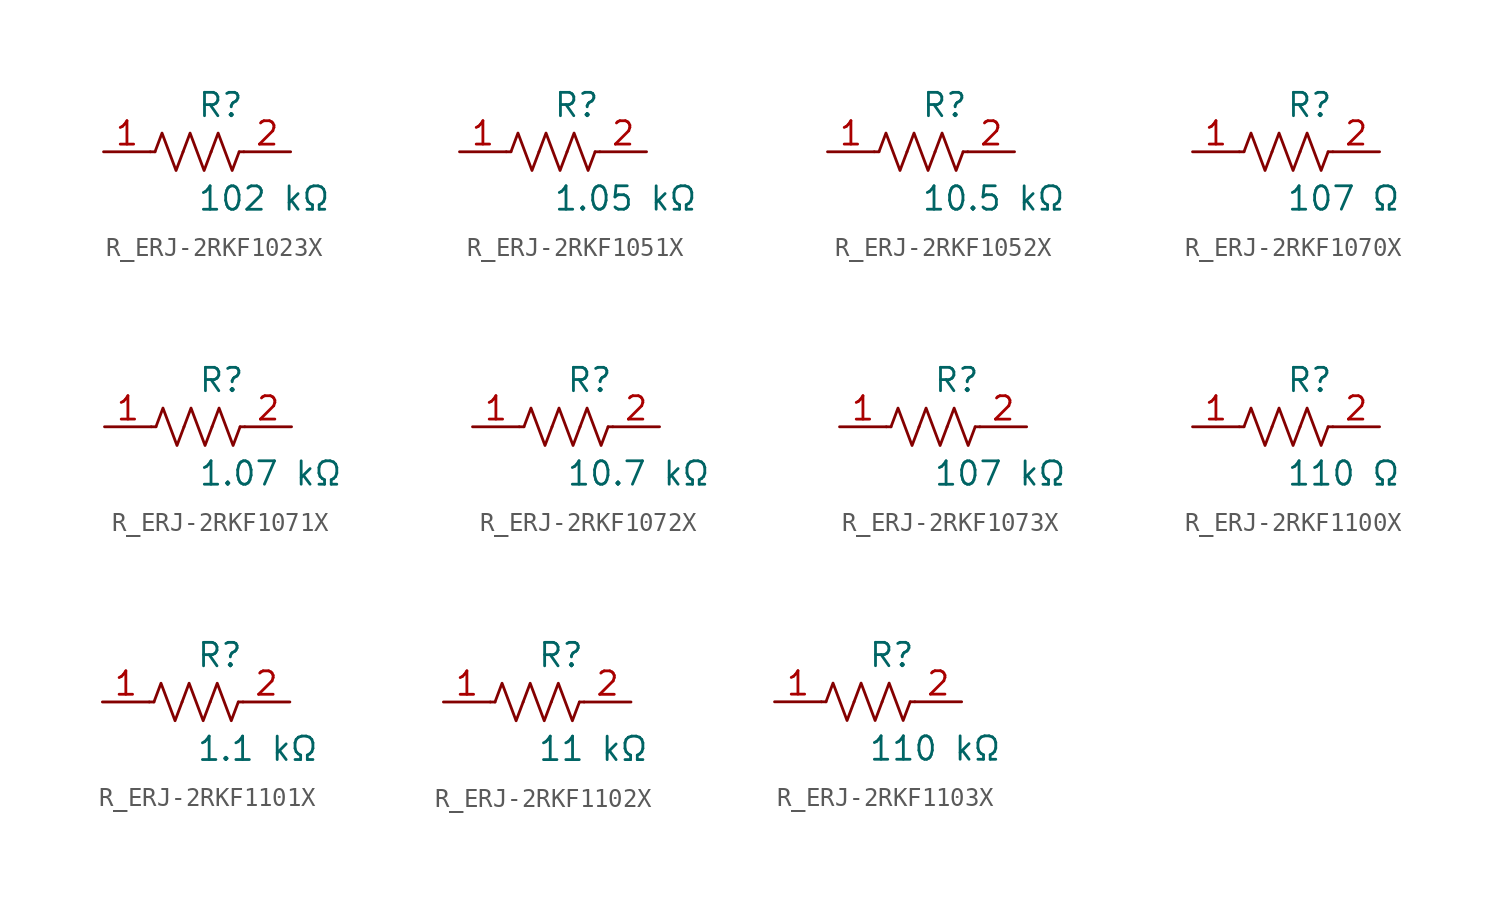
<source format=kicad_sym>
(kicad_symbol_lib
  (version 20231120)
  (generator kicad_symbol_editor)
  (generator_version 8.0)
  (symbol "R_ERJ-2RKF1023X"
    (pin_names
      (offset 0.254))
    (property "Reference" "R"
      (at 0.0 2.54 0)
      (effects (font (size 1.27 1.27)) (justify left)))
    (property "Value" "102 kΩ"
      (at 0.0 -2.54 0)
      (effects (font (size 1.27 1.27)) (justify left)))
    (symbol "R_ERJ-2RKF1023X_0_1"
      (polyline (pts (xy 2.286 0) (xy 2.54 0)) (stroke (width 0) (type default)) (fill (type none)))
      (polyline (pts (xy -2.286 0) (xy -2.54 0)) (stroke (width 0) (type default)) (fill (type none)))
      (polyline (pts (xy 0.762 0) (xy 1.143 1.016) (xy 1.524 0) (xy 1.905 -1.016) (xy 2.286 0)) (stroke (width 0) (type default)) (fill (type none)))
      (polyline (pts (xy -0.762 0) (xy -0.381 1.016) (xy 0 0) (xy 0.381 -1.016) (xy 0.762 0)) (stroke (width 0) (type default)) (fill (type none)))
      (polyline (pts (xy -2.286 0) (xy -1.905 1.016) (xy -1.524 0) (xy -1.143 -1.016) (xy -0.762 0)) (stroke (width 0) (type default)) (fill (type none))))
    (pin unspecified line
      (at -5.08 0 0)
      (length 2.54)
      (name "" (effects (font (size 1.27 1.27))))
      (number "1" (effects (font (size 1.27 1.27)))))
    (pin unspecified line
      (at 5.08 0 180)
      (length 2.54)
      (name "" (effects (font (size 1.27 1.27))))
      (number "2" (effects (font (size 1.27 1.27))))))
  (symbol "R_ERJ-2RKF1051X"
    (pin_names
      (offset 0.254))
    (property "Reference" "R"
      (at 0.0 2.54 0)
      (effects (font (size 1.27 1.27)) (justify left)))
    (property "Value" "1.05 kΩ"
      (at 0.0 -2.54 0)
      (effects (font (size 1.27 1.27)) (justify left)))
    (symbol "R_ERJ-2RKF1051X_0_1"
      (polyline (pts (xy 2.286 0) (xy 2.54 0)) (stroke (width 0) (type default)) (fill (type none)))
      (polyline (pts (xy -2.286 0) (xy -2.54 0)) (stroke (width 0) (type default)) (fill (type none)))
      (polyline (pts (xy 0.762 0) (xy 1.143 1.016) (xy 1.524 0) (xy 1.905 -1.016) (xy 2.286 0)) (stroke (width 0) (type default)) (fill (type none)))
      (polyline (pts (xy -0.762 0) (xy -0.381 1.016) (xy 0 0) (xy 0.381 -1.016) (xy 0.762 0)) (stroke (width 0) (type default)) (fill (type none)))
      (polyline (pts (xy -2.286 0) (xy -1.905 1.016) (xy -1.524 0) (xy -1.143 -1.016) (xy -0.762 0)) (stroke (width 0) (type default)) (fill (type none))))
    (pin unspecified line
      (at -5.08 0 0)
      (length 2.54)
      (name "" (effects (font (size 1.27 1.27))))
      (number "1" (effects (font (size 1.27 1.27)))))
    (pin unspecified line
      (at 5.08 0 180)
      (length 2.54)
      (name "" (effects (font (size 1.27 1.27))))
      (number "2" (effects (font (size 1.27 1.27))))))
  (symbol "R_ERJ-2RKF1052X"
    (pin_names
      (offset 0.254))
    (property "Reference" "R"
      (at 0.0 2.54 0)
      (effects (font (size 1.27 1.27)) (justify left)))
    (property "Value" "10.5 kΩ"
      (at 0.0 -2.54 0)
      (effects (font (size 1.27 1.27)) (justify left)))
    (symbol "R_ERJ-2RKF1052X_0_1"
      (polyline (pts (xy 2.286 0) (xy 2.54 0)) (stroke (width 0) (type default)) (fill (type none)))
      (polyline (pts (xy -2.286 0) (xy -2.54 0)) (stroke (width 0) (type default)) (fill (type none)))
      (polyline (pts (xy 0.762 0) (xy 1.143 1.016) (xy 1.524 0) (xy 1.905 -1.016) (xy 2.286 0)) (stroke (width 0) (type default)) (fill (type none)))
      (polyline (pts (xy -0.762 0) (xy -0.381 1.016) (xy 0 0) (xy 0.381 -1.016) (xy 0.762 0)) (stroke (width 0) (type default)) (fill (type none)))
      (polyline (pts (xy -2.286 0) (xy -1.905 1.016) (xy -1.524 0) (xy -1.143 -1.016) (xy -0.762 0)) (stroke (width 0) (type default)) (fill (type none))))
    (pin unspecified line
      (at -5.08 0 0)
      (length 2.54)
      (name "" (effects (font (size 1.27 1.27))))
      (number "1" (effects (font (size 1.27 1.27)))))
    (pin unspecified line
      (at 5.08 0 180)
      (length 2.54)
      (name "" (effects (font (size 1.27 1.27))))
      (number "2" (effects (font (size 1.27 1.27))))))
  (symbol "R_ERJ-2RKF1070X"
    (pin_names
      (offset 0.254))
    (property "Reference" "R"
      (at 0.0 2.54 0)
      (effects (font (size 1.27 1.27)) (justify left)))
    (property "Value" "107 Ω"
      (at 0.0 -2.54 0)
      (effects (font (size 1.27 1.27)) (justify left)))
    (symbol "R_ERJ-2RKF1070X_0_1"
      (polyline (pts (xy 2.286 0) (xy 2.54 0)) (stroke (width 0) (type default)) (fill (type none)))
      (polyline (pts (xy -2.286 0) (xy -2.54 0)) (stroke (width 0) (type default)) (fill (type none)))
      (polyline (pts (xy 0.762 0) (xy 1.143 1.016) (xy 1.524 0) (xy 1.905 -1.016) (xy 2.286 0)) (stroke (width 0) (type default)) (fill (type none)))
      (polyline (pts (xy -0.762 0) (xy -0.381 1.016) (xy 0 0) (xy 0.381 -1.016) (xy 0.762 0)) (stroke (width 0) (type default)) (fill (type none)))
      (polyline (pts (xy -2.286 0) (xy -1.905 1.016) (xy -1.524 0) (xy -1.143 -1.016) (xy -0.762 0)) (stroke (width 0) (type default)) (fill (type none))))
    (pin unspecified line
      (at -5.08 0 0)
      (length 2.54)
      (name "" (effects (font (size 1.27 1.27))))
      (number "1" (effects (font (size 1.27 1.27)))))
    (pin unspecified line
      (at 5.08 0 180)
      (length 2.54)
      (name "" (effects (font (size 1.27 1.27))))
      (number "2" (effects (font (size 1.27 1.27))))))
  (symbol "R_ERJ-2RKF1071X"
    (pin_names
      (offset 0.254))
    (property "Reference" "R"
      (at 0.0 2.54 0)
      (effects (font (size 1.27 1.27)) (justify left)))
    (property "Value" "1.07 kΩ"
      (at 0.0 -2.54 0)
      (effects (font (size 1.27 1.27)) (justify left)))
    (symbol "R_ERJ-2RKF1071X_0_1"
      (polyline (pts (xy 2.286 0) (xy 2.54 0)) (stroke (width 0) (type default)) (fill (type none)))
      (polyline (pts (xy -2.286 0) (xy -2.54 0)) (stroke (width 0) (type default)) (fill (type none)))
      (polyline (pts (xy 0.762 0) (xy 1.143 1.016) (xy 1.524 0) (xy 1.905 -1.016) (xy 2.286 0)) (stroke (width 0) (type default)) (fill (type none)))
      (polyline (pts (xy -0.762 0) (xy -0.381 1.016) (xy 0 0) (xy 0.381 -1.016) (xy 0.762 0)) (stroke (width 0) (type default)) (fill (type none)))
      (polyline (pts (xy -2.286 0) (xy -1.905 1.016) (xy -1.524 0) (xy -1.143 -1.016) (xy -0.762 0)) (stroke (width 0) (type default)) (fill (type none))))
    (pin unspecified line
      (at -5.08 0 0)
      (length 2.54)
      (name "" (effects (font (size 1.27 1.27))))
      (number "1" (effects (font (size 1.27 1.27)))))
    (pin unspecified line
      (at 5.08 0 180)
      (length 2.54)
      (name "" (effects (font (size 1.27 1.27))))
      (number "2" (effects (font (size 1.27 1.27))))))
  (symbol "R_ERJ-2RKF1072X"
    (pin_names
      (offset 0.254))
    (property "Reference" "R"
      (at 0.0 2.54 0)
      (effects (font (size 1.27 1.27)) (justify left)))
    (property "Value" "10.7 kΩ"
      (at 0.0 -2.54 0)
      (effects (font (size 1.27 1.27)) (justify left)))
    (symbol "R_ERJ-2RKF1072X_0_1"
      (polyline (pts (xy 2.286 0) (xy 2.54 0)) (stroke (width 0) (type default)) (fill (type none)))
      (polyline (pts (xy -2.286 0) (xy -2.54 0)) (stroke (width 0) (type default)) (fill (type none)))
      (polyline (pts (xy 0.762 0) (xy 1.143 1.016) (xy 1.524 0) (xy 1.905 -1.016) (xy 2.286 0)) (stroke (width 0) (type default)) (fill (type none)))
      (polyline (pts (xy -0.762 0) (xy -0.381 1.016) (xy 0 0) (xy 0.381 -1.016) (xy 0.762 0)) (stroke (width 0) (type default)) (fill (type none)))
      (polyline (pts (xy -2.286 0) (xy -1.905 1.016) (xy -1.524 0) (xy -1.143 -1.016) (xy -0.762 0)) (stroke (width 0) (type default)) (fill (type none))))
    (pin unspecified line
      (at -5.08 0 0)
      (length 2.54)
      (name "" (effects (font (size 1.27 1.27))))
      (number "1" (effects (font (size 1.27 1.27)))))
    (pin unspecified line
      (at 5.08 0 180)
      (length 2.54)
      (name "" (effects (font (size 1.27 1.27))))
      (number "2" (effects (font (size 1.27 1.27))))))
  (symbol "R_ERJ-2RKF1073X"
    (pin_names
      (offset 0.254))
    (property "Reference" "R"
      (at 0.0 2.54 0)
      (effects (font (size 1.27 1.27)) (justify left)))
    (property "Value" "107 kΩ"
      (at 0.0 -2.54 0)
      (effects (font (size 1.27 1.27)) (justify left)))
    (symbol "R_ERJ-2RKF1073X_0_1"
      (polyline (pts (xy 2.286 0) (xy 2.54 0)) (stroke (width 0) (type default)) (fill (type none)))
      (polyline (pts (xy -2.286 0) (xy -2.54 0)) (stroke (width 0) (type default)) (fill (type none)))
      (polyline (pts (xy 0.762 0) (xy 1.143 1.016) (xy 1.524 0) (xy 1.905 -1.016) (xy 2.286 0)) (stroke (width 0) (type default)) (fill (type none)))
      (polyline (pts (xy -0.762 0) (xy -0.381 1.016) (xy 0 0) (xy 0.381 -1.016) (xy 0.762 0)) (stroke (width 0) (type default)) (fill (type none)))
      (polyline (pts (xy -2.286 0) (xy -1.905 1.016) (xy -1.524 0) (xy -1.143 -1.016) (xy -0.762 0)) (stroke (width 0) (type default)) (fill (type none))))
    (pin unspecified line
      (at -5.08 0 0)
      (length 2.54)
      (name "" (effects (font (size 1.27 1.27))))
      (number "1" (effects (font (size 1.27 1.27)))))
    (pin unspecified line
      (at 5.08 0 180)
      (length 2.54)
      (name "" (effects (font (size 1.27 1.27))))
      (number "2" (effects (font (size 1.27 1.27))))))
  (symbol "R_ERJ-2RKF1100X"
    (pin_names
      (offset 0.254))
    (property "Reference" "R"
      (at 0.0 2.54 0)
      (effects (font (size 1.27 1.27)) (justify left)))
    (property "Value" "110 Ω"
      (at 0.0 -2.54 0)
      (effects (font (size 1.27 1.27)) (justify left)))
    (symbol "R_ERJ-2RKF1100X_0_1"
      (polyline (pts (xy 2.286 0) (xy 2.54 0)) (stroke (width 0) (type default)) (fill (type none)))
      (polyline (pts (xy -2.286 0) (xy -2.54 0)) (stroke (width 0) (type default)) (fill (type none)))
      (polyline (pts (xy 0.762 0) (xy 1.143 1.016) (xy 1.524 0) (xy 1.905 -1.016) (xy 2.286 0)) (stroke (width 0) (type default)) (fill (type none)))
      (polyline (pts (xy -0.762 0) (xy -0.381 1.016) (xy 0 0) (xy 0.381 -1.016) (xy 0.762 0)) (stroke (width 0) (type default)) (fill (type none)))
      (polyline (pts (xy -2.286 0) (xy -1.905 1.016) (xy -1.524 0) (xy -1.143 -1.016) (xy -0.762 0)) (stroke (width 0) (type default)) (fill (type none))))
    (pin unspecified line
      (at -5.08 0 0)
      (length 2.54)
      (name "" (effects (font (size 1.27 1.27))))
      (number "1" (effects (font (size 1.27 1.27)))))
    (pin unspecified line
      (at 5.08 0 180)
      (length 2.54)
      (name "" (effects (font (size 1.27 1.27))))
      (number "2" (effects (font (size 1.27 1.27))))))
  (symbol "R_ERJ-2RKF1101X"
    (pin_names
      (offset 0.254))
    (property "Reference" "R"
      (at 0.0 2.54 0)
      (effects (font (size 1.27 1.27)) (justify left)))
    (property "Value" "1.1 kΩ"
      (at 0.0 -2.54 0)
      (effects (font (size 1.27 1.27)) (justify left)))
    (symbol "R_ERJ-2RKF1101X_0_1"
      (polyline (pts (xy 2.286 0) (xy 2.54 0)) (stroke (width 0) (type default)) (fill (type none)))
      (polyline (pts (xy -2.286 0) (xy -2.54 0)) (stroke (width 0) (type default)) (fill (type none)))
      (polyline (pts (xy 0.762 0) (xy 1.143 1.016) (xy 1.524 0) (xy 1.905 -1.016) (xy 2.286 0)) (stroke (width 0) (type default)) (fill (type none)))
      (polyline (pts (xy -0.762 0) (xy -0.381 1.016) (xy 0 0) (xy 0.381 -1.016) (xy 0.762 0)) (stroke (width 0) (type default)) (fill (type none)))
      (polyline (pts (xy -2.286 0) (xy -1.905 1.016) (xy -1.524 0) (xy -1.143 -1.016) (xy -0.762 0)) (stroke (width 0) (type default)) (fill (type none))))
    (pin unspecified line
      (at -5.08 0 0)
      (length 2.54)
      (name "" (effects (font (size 1.27 1.27))))
      (number "1" (effects (font (size 1.27 1.27)))))
    (pin unspecified line
      (at 5.08 0 180)
      (length 2.54)
      (name "" (effects (font (size 1.27 1.27))))
      (number "2" (effects (font (size 1.27 1.27))))))
  (symbol "R_ERJ-2RKF1102X"
    (pin_names
      (offset 0.254))
    (property "Reference" "R"
      (at 0.0 2.54 0)
      (effects (font (size 1.27 1.27)) (justify left)))
    (property "Value" "11 kΩ"
      (at 0.0 -2.54 0)
      (effects (font (size 1.27 1.27)) (justify left)))
    (symbol "R_ERJ-2RKF1102X_0_1"
      (polyline (pts (xy 2.286 0) (xy 2.54 0)) (stroke (width 0) (type default)) (fill (type none)))
      (polyline (pts (xy -2.286 0) (xy -2.54 0)) (stroke (width 0) (type default)) (fill (type none)))
      (polyline (pts (xy 0.762 0) (xy 1.143 1.016) (xy 1.524 0) (xy 1.905 -1.016) (xy 2.286 0)) (stroke (width 0) (type default)) (fill (type none)))
      (polyline (pts (xy -0.762 0) (xy -0.381 1.016) (xy 0 0) (xy 0.381 -1.016) (xy 0.762 0)) (stroke (width 0) (type default)) (fill (type none)))
      (polyline (pts (xy -2.286 0) (xy -1.905 1.016) (xy -1.524 0) (xy -1.143 -1.016) (xy -0.762 0)) (stroke (width 0) (type default)) (fill (type none))))
    (pin unspecified line
      (at -5.08 0 0)
      (length 2.54)
      (name "" (effects (font (size 1.27 1.27))))
      (number "1" (effects (font (size 1.27 1.27)))))
    (pin unspecified line
      (at 5.08 0 180)
      (length 2.54)
      (name "" (effects (font (size 1.27 1.27))))
      (number "2" (effects (font (size 1.27 1.27))))))
  (symbol "R_ERJ-2RKF1103X"
    (pin_names
      (offset 0.254))
    (property "Reference" "R"
      (at 0.0 2.54 0)
      (effects (font (size 1.27 1.27)) (justify left)))
    (property "Value" "110 kΩ"
      (at 0.0 -2.54 0)
      (effects (font (size 1.27 1.27)) (justify left)))
    (symbol "R_ERJ-2RKF1103X_0_1"
      (polyline (pts (xy 2.286 0) (xy 2.54 0)) (stroke (width 0) (type default)) (fill (type none)))
      (polyline (pts (xy -2.286 0) (xy -2.54 0)) (stroke (width 0) (type default)) (fill (type none)))
      (polyline (pts (xy 0.762 0) (xy 1.143 1.016) (xy 1.524 0) (xy 1.905 -1.016) (xy 2.286 0)) (stroke (width 0) (type default)) (fill (type none)))
      (polyline (pts (xy -0.762 0) (xy -0.381 1.016) (xy 0 0) (xy 0.381 -1.016) (xy 0.762 0)) (stroke (width 0) (type default)) (fill (type none)))
      (polyline (pts (xy -2.286 0) (xy -1.905 1.016) (xy -1.524 0) (xy -1.143 -1.016) (xy -0.762 0)) (stroke (width 0) (type default)) (fill (type none))))
    (pin unspecified line
      (at -5.08 0 0)
      (length 2.54)
      (name "" (effects (font (size 1.27 1.27))))
      (number "1" (effects (font (size 1.27 1.27)))))
    (pin unspecified line
      (at 5.08 0 180)
      (length 2.54)
      (name "" (effects (font (size 1.27 1.27))))
      (number "2" (effects (font (size 1.27 1.27)))))))
</source>
